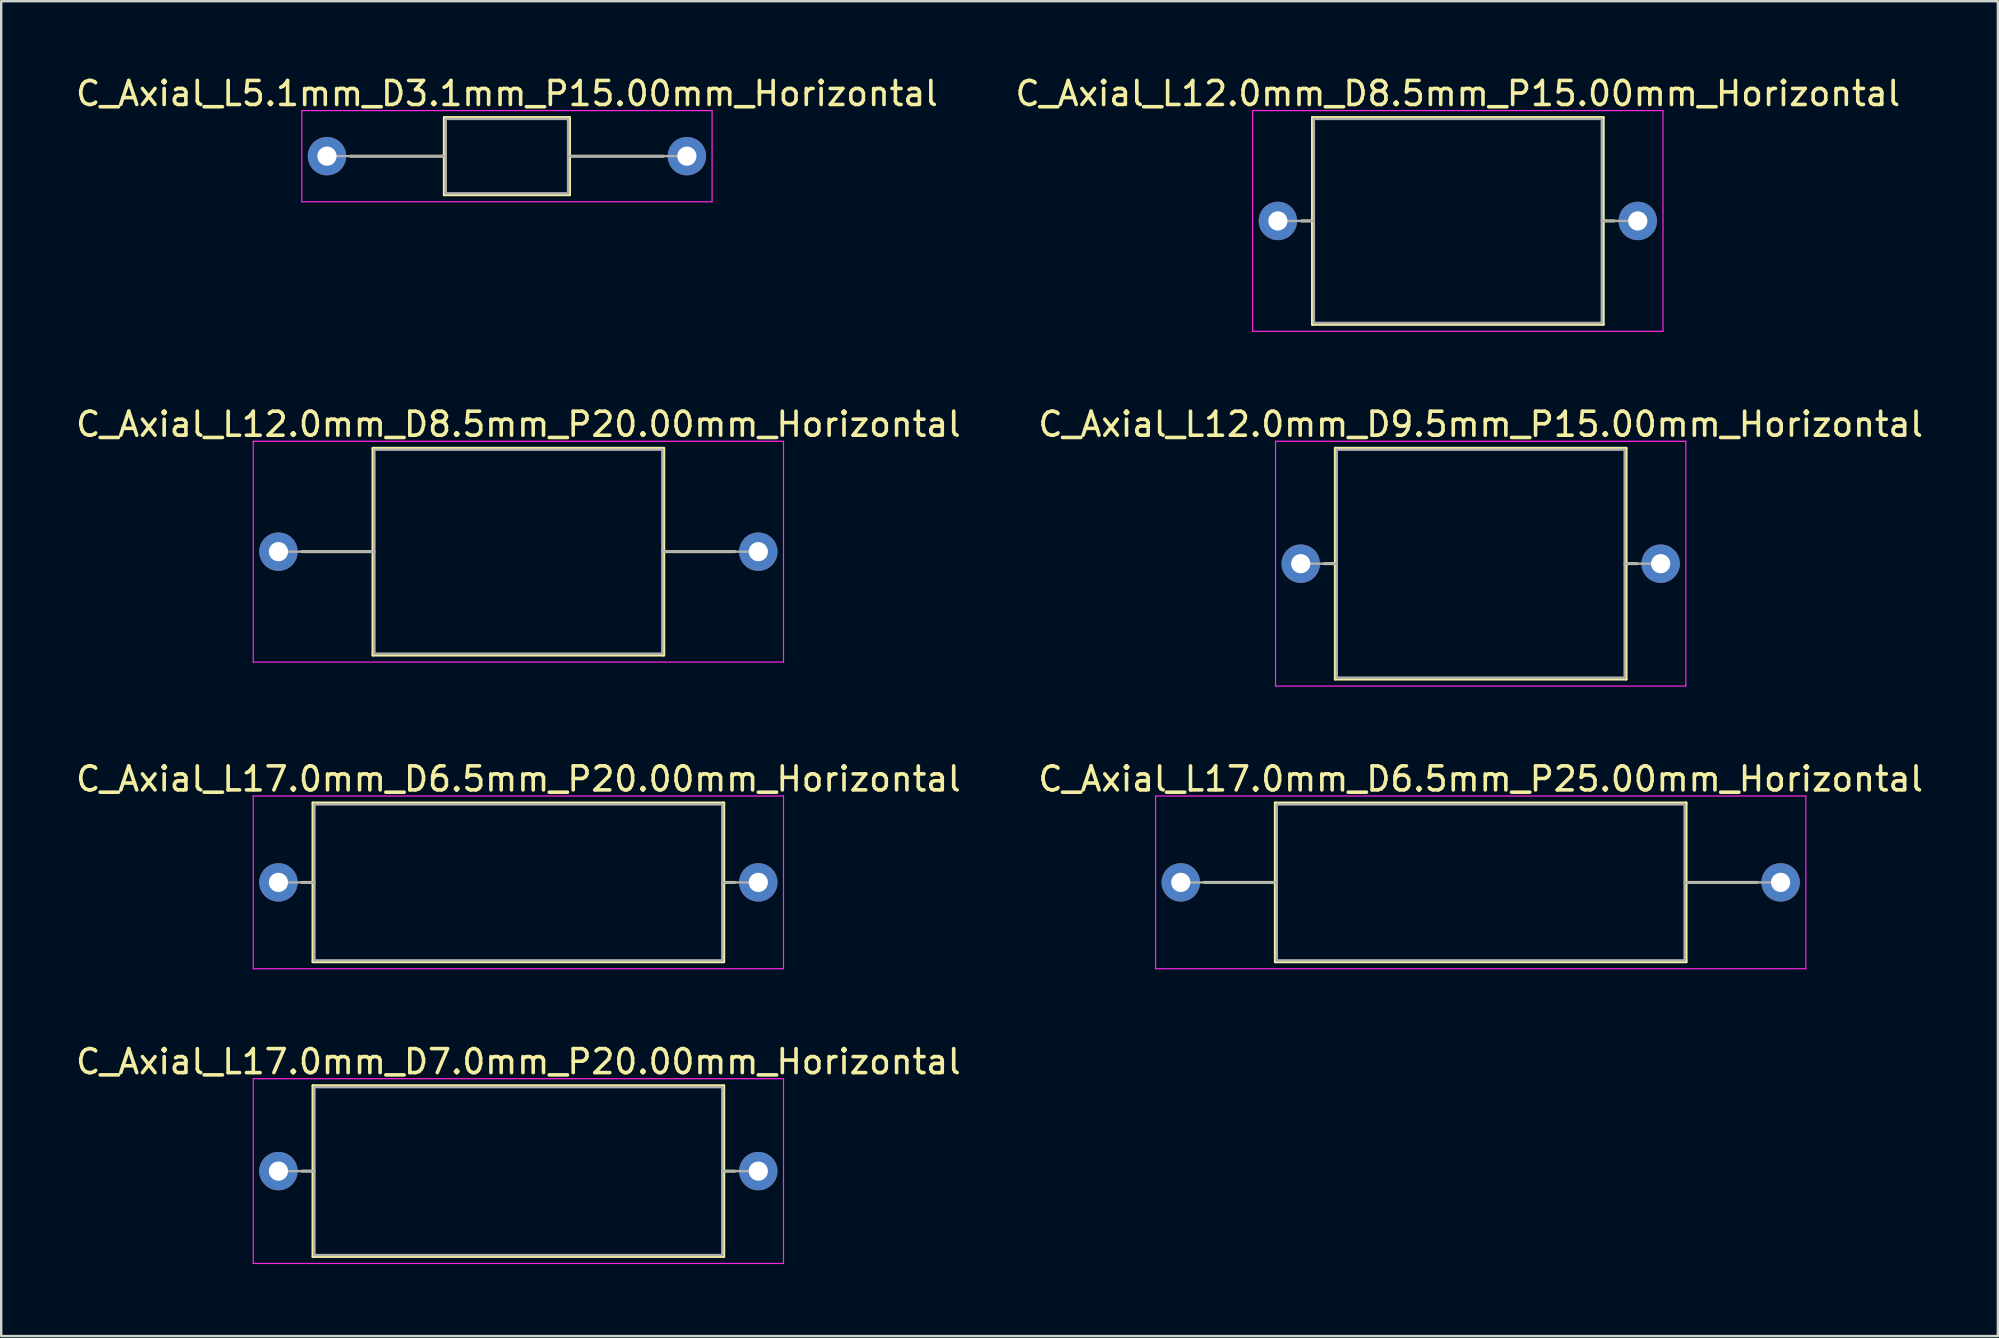
<source format=kicad_pcb>
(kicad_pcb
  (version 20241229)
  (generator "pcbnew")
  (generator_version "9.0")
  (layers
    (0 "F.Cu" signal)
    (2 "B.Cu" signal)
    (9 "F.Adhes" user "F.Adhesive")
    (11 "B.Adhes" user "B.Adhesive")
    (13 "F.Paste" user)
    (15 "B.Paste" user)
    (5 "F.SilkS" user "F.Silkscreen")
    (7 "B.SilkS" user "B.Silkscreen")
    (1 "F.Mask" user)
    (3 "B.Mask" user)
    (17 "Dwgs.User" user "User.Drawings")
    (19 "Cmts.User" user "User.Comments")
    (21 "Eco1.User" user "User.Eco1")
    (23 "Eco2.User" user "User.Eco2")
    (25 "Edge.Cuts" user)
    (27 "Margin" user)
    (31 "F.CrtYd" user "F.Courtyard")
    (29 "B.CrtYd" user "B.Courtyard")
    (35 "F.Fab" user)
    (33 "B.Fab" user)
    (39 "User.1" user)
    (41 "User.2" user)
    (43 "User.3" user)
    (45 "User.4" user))
  (footprint "C_Axial_L17.0mm_D7.0mm_P20.00mm_Horizontal"
    (layer "F.Cu")
    (at 8.554 45.758)
    (property "Reference" "C_Axial_L17.0mm_D7.0mm_P20.00mm_Horizontal" (at 10 -4.56 0) (layer "F.SilkS") (effects (font (size 1 1) (thickness 0.15))))
    (attr through_hole)
    (fp_line (start 0.98 0) (end 1.44 0) (stroke (width 0.12) (type solid)) (layer "F.SilkS"))
    (fp_line (start 1.44 -3.56) (end 1.44 3.56) (stroke (width 0.12) (type solid)) (layer "F.SilkS"))
    (fp_line (start 1.44 3.56) (end 18.56 3.56) (stroke (width 0.12) (type solid)) (layer "F.SilkS"))
    (fp_line (start 18.56 -3.56) (end 1.44 -3.56) (stroke (width 0.12) (type solid)) (layer "F.SilkS"))
    (fp_line (start 18.56 3.56) (end 18.56 -3.56) (stroke (width 0.12) (type solid)) (layer "F.SilkS"))
    (fp_line (start 19.02 0) (end 18.56 0) (stroke (width 0.12) (type solid)) (layer "F.SilkS"))
    (fp_line (start -1.05 -3.85) (end -1.05 3.85) (stroke (width 0.05) (type solid)) (layer "F.CrtYd"))
    (fp_line (start -1.05 3.85) (end 21.05 3.85) (stroke (width 0.05) (type solid)) (layer "F.CrtYd"))
    (fp_line (start 21.05 -3.85) (end -1.05 -3.85) (stroke (width 0.05) (type solid)) (layer "F.CrtYd"))
    (fp_line (start 21.05 3.85) (end 21.05 -3.85) (stroke (width 0.05) (type solid)) (layer "F.CrtYd"))
    (fp_line (start 0 0) (end 1.5 0) (stroke (width 0.1) (type solid)) (layer "F.Fab"))
    (fp_line (start 1.5 -3.5) (end 1.5 3.5) (stroke (width 0.1) (type solid)) (layer "F.Fab"))
    (fp_line (start 1.5 3.5) (end 18.5 3.5) (stroke (width 0.1) (type solid)) (layer "F.Fab"))
    (fp_line (start 18.5 -3.5) (end 1.5 -3.5) (stroke (width 0.1) (type solid)) (layer "F.Fab"))
    (fp_line (start 18.5 3.5) (end 18.5 -3.5) (stroke (width 0.1) (type solid)) (layer "F.Fab"))
    (fp_line (start 20 0) (end 18.5 0) (stroke (width 0.1) (type solid)) (layer "F.Fab"))
    (pad "1" thru_hole circle (at 0 0) (size 1.6 1.6) (drill 0.8) (layers "*.Cu" "*.Mask"))
    (pad "2" thru_hole oval (at 20 0) (size 1.6 1.6) (drill 0.8) (layers "*.Cu" "*.Mask")))
  (footprint "C_Axial_L17.0mm_D6.5mm_P25.00mm_Horizontal"
    (layer "F.Cu")
    (at 46.161 33.725)
    (property "Reference" "C_Axial_L17.0mm_D6.5mm_P25.00mm_Horizontal" (at 12.5 -4.31 0) (layer "F.SilkS") (effects (font (size 1 1) (thickness 0.15))))
    (attr through_hole)
    (fp_line (start 0.98 0) (end 3.94 0) (stroke (width 0.12) (type solid)) (layer "F.SilkS"))
    (fp_line (start 3.94 -3.31) (end 3.94 3.31) (stroke (width 0.12) (type solid)) (layer "F.SilkS"))
    (fp_line (start 3.94 3.31) (end 21.06 3.31) (stroke (width 0.12) (type solid)) (layer "F.SilkS"))
    (fp_line (start 21.06 -3.31) (end 3.94 -3.31) (stroke (width 0.12) (type solid)) (layer "F.SilkS"))
    (fp_line (start 21.06 3.31) (end 21.06 -3.31) (stroke (width 0.12) (type solid)) (layer "F.SilkS"))
    (fp_line (start 24.02 0) (end 21.06 0) (stroke (width 0.12) (type solid)) (layer "F.SilkS"))
    (fp_line (start -1.05 -3.6) (end -1.05 3.6) (stroke (width 0.05) (type solid)) (layer "F.CrtYd"))
    (fp_line (start -1.05 3.6) (end 26.05 3.6) (stroke (width 0.05) (type solid)) (layer "F.CrtYd"))
    (fp_line (start 26.05 -3.6) (end -1.05 -3.6) (stroke (width 0.05) (type solid)) (layer "F.CrtYd"))
    (fp_line (start 26.05 3.6) (end 26.05 -3.6) (stroke (width 0.05) (type solid)) (layer "F.CrtYd"))
    (fp_line (start 0 0) (end 4 0) (stroke (width 0.1) (type solid)) (layer "F.Fab"))
    (fp_line (start 4 -3.25) (end 4 3.25) (stroke (width 0.1) (type solid)) (layer "F.Fab"))
    (fp_line (start 4 3.25) (end 21 3.25) (stroke (width 0.1) (type solid)) (layer "F.Fab"))
    (fp_line (start 21 -3.25) (end 4 -3.25) (stroke (width 0.1) (type solid)) (layer "F.Fab"))
    (fp_line (start 21 3.25) (end 21 -3.25) (stroke (width 0.1) (type solid)) (layer "F.Fab"))
    (fp_line (start 25 0) (end 21 0) (stroke (width 0.1) (type solid)) (layer "F.Fab"))
    (pad "1" thru_hole circle (at 0 0) (size 1.6 1.6) (drill 0.8) (layers "*.Cu" "*.Mask"))
    (pad "2" thru_hole oval (at 25 0) (size 1.6 1.6) (drill 0.8) (layers "*.Cu" "*.Mask")))
  (footprint "C_Axial_L12.0mm_D9.5mm_P15.00mm_Horizontal"
    (layer "F.Cu")
    (at 51.161 20.442)
    (property "Reference" "C_Axial_L12.0mm_D9.5mm_P15.00mm_Horizontal" (at 7.5 -5.81 0) (layer "F.SilkS") (effects (font (size 1 1) (thickness 0.15))))
    (attr through_hole)
    (fp_line (start 0.98 0) (end 1.44 0) (stroke (width 0.12) (type solid)) (layer "F.SilkS"))
    (fp_line (start 1.44 -4.81) (end 1.44 4.81) (stroke (width 0.12) (type solid)) (layer "F.SilkS"))
    (fp_line (start 1.44 4.81) (end 13.56 4.81) (stroke (width 0.12) (type solid)) (layer "F.SilkS"))
    (fp_line (start 13.56 -4.81) (end 1.44 -4.81) (stroke (width 0.12) (type solid)) (layer "F.SilkS"))
    (fp_line (start 13.56 4.81) (end 13.56 -4.81) (stroke (width 0.12) (type solid)) (layer "F.SilkS"))
    (fp_line (start 14.02 0) (end 13.56 0) (stroke (width 0.12) (type solid)) (layer "F.SilkS"))
    (fp_line (start -1.05 -5.1) (end -1.05 5.1) (stroke (width 0.05) (type solid)) (layer "F.CrtYd"))
    (fp_line (start -1.05 5.1) (end 16.05 5.1) (stroke (width 0.05) (type solid)) (layer "F.CrtYd"))
    (fp_line (start 16.05 -5.1) (end -1.05 -5.1) (stroke (width 0.05) (type solid)) (layer "F.CrtYd"))
    (fp_line (start 16.05 5.1) (end 16.05 -5.1) (stroke (width 0.05) (type solid)) (layer "F.CrtYd"))
    (fp_line (start 0 0) (end 1.5 0) (stroke (width 0.1) (type solid)) (layer "F.Fab"))
    (fp_line (start 1.5 -4.75) (end 1.5 4.75) (stroke (width 0.1) (type solid)) (layer "F.Fab"))
    (fp_line (start 1.5 4.75) (end 13.5 4.75) (stroke (width 0.1) (type solid)) (layer "F.Fab"))
    (fp_line (start 13.5 -4.75) (end 1.5 -4.75) (stroke (width 0.1) (type solid)) (layer "F.Fab"))
    (fp_line (start 13.5 4.75) (end 13.5 -4.75) (stroke (width 0.1) (type solid)) (layer "F.Fab"))
    (fp_line (start 15 0) (end 13.5 0) (stroke (width 0.1) (type solid)) (layer "F.Fab"))
    (pad "1" thru_hole circle (at 0 0) (size 1.6 1.6) (drill 0.8) (layers "*.Cu" "*.Mask"))
    (pad "2" thru_hole oval (at 15 0) (size 1.6 1.6) (drill 0.8) (layers "*.Cu" "*.Mask")))
  (footprint "C_Axial_L5.1mm_D3.1mm_P15.00mm_Horizontal"
    (layer "F.Cu")
    (at 10.577 3.458)
    (property "Reference" "C_Axial_L5.1mm_D3.1mm_P15.00mm_Horizontal" (at 7.5 -2.61 0) (layer "F.SilkS") (effects (font (size 1 1) (thickness 0.15))))
    (attr through_hole)
    (fp_line (start 0.98 0) (end 4.89 0) (stroke (width 0.12) (type solid)) (layer "F.SilkS"))
    (fp_line (start 4.89 -1.61) (end 4.89 1.61) (stroke (width 0.12) (type solid)) (layer "F.SilkS"))
    (fp_line (start 4.89 1.61) (end 10.11 1.61) (stroke (width 0.12) (type solid)) (layer "F.SilkS"))
    (fp_line (start 10.11 -1.61) (end 4.89 -1.61) (stroke (width 0.12) (type solid)) (layer "F.SilkS"))
    (fp_line (start 10.11 1.61) (end 10.11 -1.61) (stroke (width 0.12) (type solid)) (layer "F.SilkS"))
    (fp_line (start 14.02 0) (end 10.11 0) (stroke (width 0.12) (type solid)) (layer "F.SilkS"))
    (fp_line (start -1.05 -1.9) (end -1.05 1.9) (stroke (width 0.05) (type solid)) (layer "F.CrtYd"))
    (fp_line (start -1.05 1.9) (end 16.05 1.9) (stroke (width 0.05) (type solid)) (layer "F.CrtYd"))
    (fp_line (start 16.05 -1.9) (end -1.05 -1.9) (stroke (width 0.05) (type solid)) (layer "F.CrtYd"))
    (fp_line (start 16.05 1.9) (end 16.05 -1.9) (stroke (width 0.05) (type solid)) (layer "F.CrtYd"))
    (fp_line (start 0 0) (end 4.95 0) (stroke (width 0.1) (type solid)) (layer "F.Fab"))
    (fp_line (start 4.95 -1.55) (end 4.95 1.55) (stroke (width 0.1) (type solid)) (layer "F.Fab"))
    (fp_line (start 4.95 1.55) (end 10.05 1.55) (stroke (width 0.1) (type solid)) (layer "F.Fab"))
    (fp_line (start 10.05 -1.55) (end 4.95 -1.55) (stroke (width 0.1) (type solid)) (layer "F.Fab"))
    (fp_line (start 10.05 1.55) (end 10.05 -1.55) (stroke (width 0.1) (type solid)) (layer "F.Fab"))
    (fp_line (start 15 0) (end 10.05 0) (stroke (width 0.1) (type solid)) (layer "F.Fab"))
    (pad "1" thru_hole circle (at 0 0) (size 1.6 1.6) (drill 0.8) (layers "*.Cu" "*.Mask"))
    (pad "2" thru_hole oval (at 15 0) (size 1.6 1.6) (drill 0.8) (layers "*.Cu" "*.Mask")))
  (footprint "C_Axial_L12.0mm_D8.5mm_P15.00mm_Horizontal"
    (layer "F.Cu")
    (at 50.208 6.158)
    (property "Reference" "C_Axial_L12.0mm_D8.5mm_P15.00mm_Horizontal" (at 7.5 -5.31 0) (layer "F.SilkS") (effects (font (size 1 1) (thickness 0.15))))
    (attr through_hole)
    (fp_line (start 0.98 0) (end 1.44 0) (stroke (width 0.12) (type solid)) (layer "F.SilkS"))
    (fp_line (start 1.44 -4.31) (end 1.44 4.31) (stroke (width 0.12) (type solid)) (layer "F.SilkS"))
    (fp_line (start 1.44 4.31) (end 13.56 4.31) (stroke (width 0.12) (type solid)) (layer "F.SilkS"))
    (fp_line (start 13.56 -4.31) (end 1.44 -4.31) (stroke (width 0.12) (type solid)) (layer "F.SilkS"))
    (fp_line (start 13.56 4.31) (end 13.56 -4.31) (stroke (width 0.12) (type solid)) (layer "F.SilkS"))
    (fp_line (start 14.02 0) (end 13.56 0) (stroke (width 0.12) (type solid)) (layer "F.SilkS"))
    (fp_line (start -1.05 -4.6) (end -1.05 4.6) (stroke (width 0.05) (type solid)) (layer "F.CrtYd"))
    (fp_line (start -1.05 4.6) (end 16.05 4.6) (stroke (width 0.05) (type solid)) (layer "F.CrtYd"))
    (fp_line (start 16.05 -4.6) (end -1.05 -4.6) (stroke (width 0.05) (type solid)) (layer "F.CrtYd"))
    (fp_line (start 16.05 4.6) (end 16.05 -4.6) (stroke (width 0.05) (type solid)) (layer "F.CrtYd"))
    (fp_line (start 0 0) (end 1.5 0) (stroke (width 0.1) (type solid)) (layer "F.Fab"))
    (fp_line (start 1.5 -4.25) (end 1.5 4.25) (stroke (width 0.1) (type solid)) (layer "F.Fab"))
    (fp_line (start 1.5 4.25) (end 13.5 4.25) (stroke (width 0.1) (type solid)) (layer "F.Fab"))
    (fp_line (start 13.5 -4.25) (end 1.5 -4.25) (stroke (width 0.1) (type solid)) (layer "F.Fab"))
    (fp_line (start 13.5 4.25) (end 13.5 -4.25) (stroke (width 0.1) (type solid)) (layer "F.Fab"))
    (fp_line (start 15 0) (end 13.5 0) (stroke (width 0.1) (type solid)) (layer "F.Fab"))
    (pad "1" thru_hole circle (at 0 0) (size 1.6 1.6) (drill 0.8) (layers "*.Cu" "*.Mask"))
    (pad "2" thru_hole oval (at 15 0) (size 1.6 1.6) (drill 0.8) (layers "*.Cu" "*.Mask")))
  (footprint "C_Axial_L17.0mm_D6.5mm_P20.00mm_Horizontal"
    (layer "F.Cu")
    (at 8.554 33.725)
    (property "Reference" "C_Axial_L17.0mm_D6.5mm_P20.00mm_Horizontal" (at 10 -4.31 0) (layer "F.SilkS") (effects (font (size 1 1) (thickness 0.15))))
    (attr through_hole)
    (fp_line (start 0.98 0) (end 1.44 0) (stroke (width 0.12) (type solid)) (layer "F.SilkS"))
    (fp_line (start 1.44 -3.31) (end 1.44 3.31) (stroke (width 0.12) (type solid)) (layer "F.SilkS"))
    (fp_line (start 1.44 3.31) (end 18.56 3.31) (stroke (width 0.12) (type solid)) (layer "F.SilkS"))
    (fp_line (start 18.56 -3.31) (end 1.44 -3.31) (stroke (width 0.12) (type solid)) (layer "F.SilkS"))
    (fp_line (start 18.56 3.31) (end 18.56 -3.31) (stroke (width 0.12) (type solid)) (layer "F.SilkS"))
    (fp_line (start 19.02 0) (end 18.56 0) (stroke (width 0.12) (type solid)) (layer "F.SilkS"))
    (fp_line (start -1.05 -3.6) (end -1.05 3.6) (stroke (width 0.05) (type solid)) (layer "F.CrtYd"))
    (fp_line (start -1.05 3.6) (end 21.05 3.6) (stroke (width 0.05) (type solid)) (layer "F.CrtYd"))
    (fp_line (start 21.05 -3.6) (end -1.05 -3.6) (stroke (width 0.05) (type solid)) (layer "F.CrtYd"))
    (fp_line (start 21.05 3.6) (end 21.05 -3.6) (stroke (width 0.05) (type solid)) (layer "F.CrtYd"))
    (fp_line (start 0 0) (end 1.5 0) (stroke (width 0.1) (type solid)) (layer "F.Fab"))
    (fp_line (start 1.5 -3.25) (end 1.5 3.25) (stroke (width 0.1) (type solid)) (layer "F.Fab"))
    (fp_line (start 1.5 3.25) (end 18.5 3.25) (stroke (width 0.1) (type solid)) (layer "F.Fab"))
    (fp_line (start 18.5 -3.25) (end 1.5 -3.25) (stroke (width 0.1) (type solid)) (layer "F.Fab"))
    (fp_line (start 18.5 3.25) (end 18.5 -3.25) (stroke (width 0.1) (type solid)) (layer "F.Fab"))
    (fp_line (start 20 0) (end 18.5 0) (stroke (width 0.1) (type solid)) (layer "F.Fab"))
    (pad "1" thru_hole circle (at 0 0) (size 1.6 1.6) (drill 0.8) (layers "*.Cu" "*.Mask"))
    (pad "2" thru_hole oval (at 20 0) (size 1.6 1.6) (drill 0.8) (layers "*.Cu" "*.Mask")))
  (footprint "C_Axial_L12.0mm_D8.5mm_P20.00mm_Horizontal"
    (layer "F.Cu")
    (at 8.554 19.942)
    (property "Reference" "C_Axial_L12.0mm_D8.5mm_P20.00mm_Horizontal" (at 10 -5.31 0) (layer "F.SilkS") (effects (font (size 1 1) (thickness 0.15))))
    (attr through_hole)
    (fp_line (start 0.98 0) (end 3.94 0) (stroke (width 0.12) (type solid)) (layer "F.SilkS"))
    (fp_line (start 3.94 -4.31) (end 3.94 4.31) (stroke (width 0.12) (type solid)) (layer "F.SilkS"))
    (fp_line (start 3.94 4.31) (end 16.06 4.31) (stroke (width 0.12) (type solid)) (layer "F.SilkS"))
    (fp_line (start 16.06 -4.31) (end 3.94 -4.31) (stroke (width 0.12) (type solid)) (layer "F.SilkS"))
    (fp_line (start 16.06 4.31) (end 16.06 -4.31) (stroke (width 0.12) (type solid)) (layer "F.SilkS"))
    (fp_line (start 19.02 0) (end 16.06 0) (stroke (width 0.12) (type solid)) (layer "F.SilkS"))
    (fp_line (start -1.05 -4.6) (end -1.05 4.6) (stroke (width 0.05) (type solid)) (layer "F.CrtYd"))
    (fp_line (start -1.05 4.6) (end 21.05 4.6) (stroke (width 0.05) (type solid)) (layer "F.CrtYd"))
    (fp_line (start 21.05 -4.6) (end -1.05 -4.6) (stroke (width 0.05) (type solid)) (layer "F.CrtYd"))
    (fp_line (start 21.05 4.6) (end 21.05 -4.6) (stroke (width 0.05) (type solid)) (layer "F.CrtYd"))
    (fp_line (start 0 0) (end 4 0) (stroke (width 0.1) (type solid)) (layer "F.Fab"))
    (fp_line (start 4 -4.25) (end 4 4.25) (stroke (width 0.1) (type solid)) (layer "F.Fab"))
    (fp_line (start 4 4.25) (end 16 4.25) (stroke (width 0.1) (type solid)) (layer "F.Fab"))
    (fp_line (start 16 -4.25) (end 4 -4.25) (stroke (width 0.1) (type solid)) (layer "F.Fab"))
    (fp_line (start 16 4.25) (end 16 -4.25) (stroke (width 0.1) (type solid)) (layer "F.Fab"))
    (fp_line (start 20 0) (end 16 0) (stroke (width 0.1) (type solid)) (layer "F.Fab"))
    (pad "1" thru_hole circle (at 0 0) (size 1.6 1.6) (drill 0.8) (layers "*.Cu" "*.Mask"))
    (pad "2" thru_hole oval (at 20 0) (size 1.6 1.6) (drill 0.8) (layers "*.Cu" "*.Mask")))
  (gr_rect
    (start -3 -3)
    (end 80.214 52.633)
    (stroke (width 0.1) (type default))
    (fill no)
    (layer "Edge.Cuts")))
</source>
